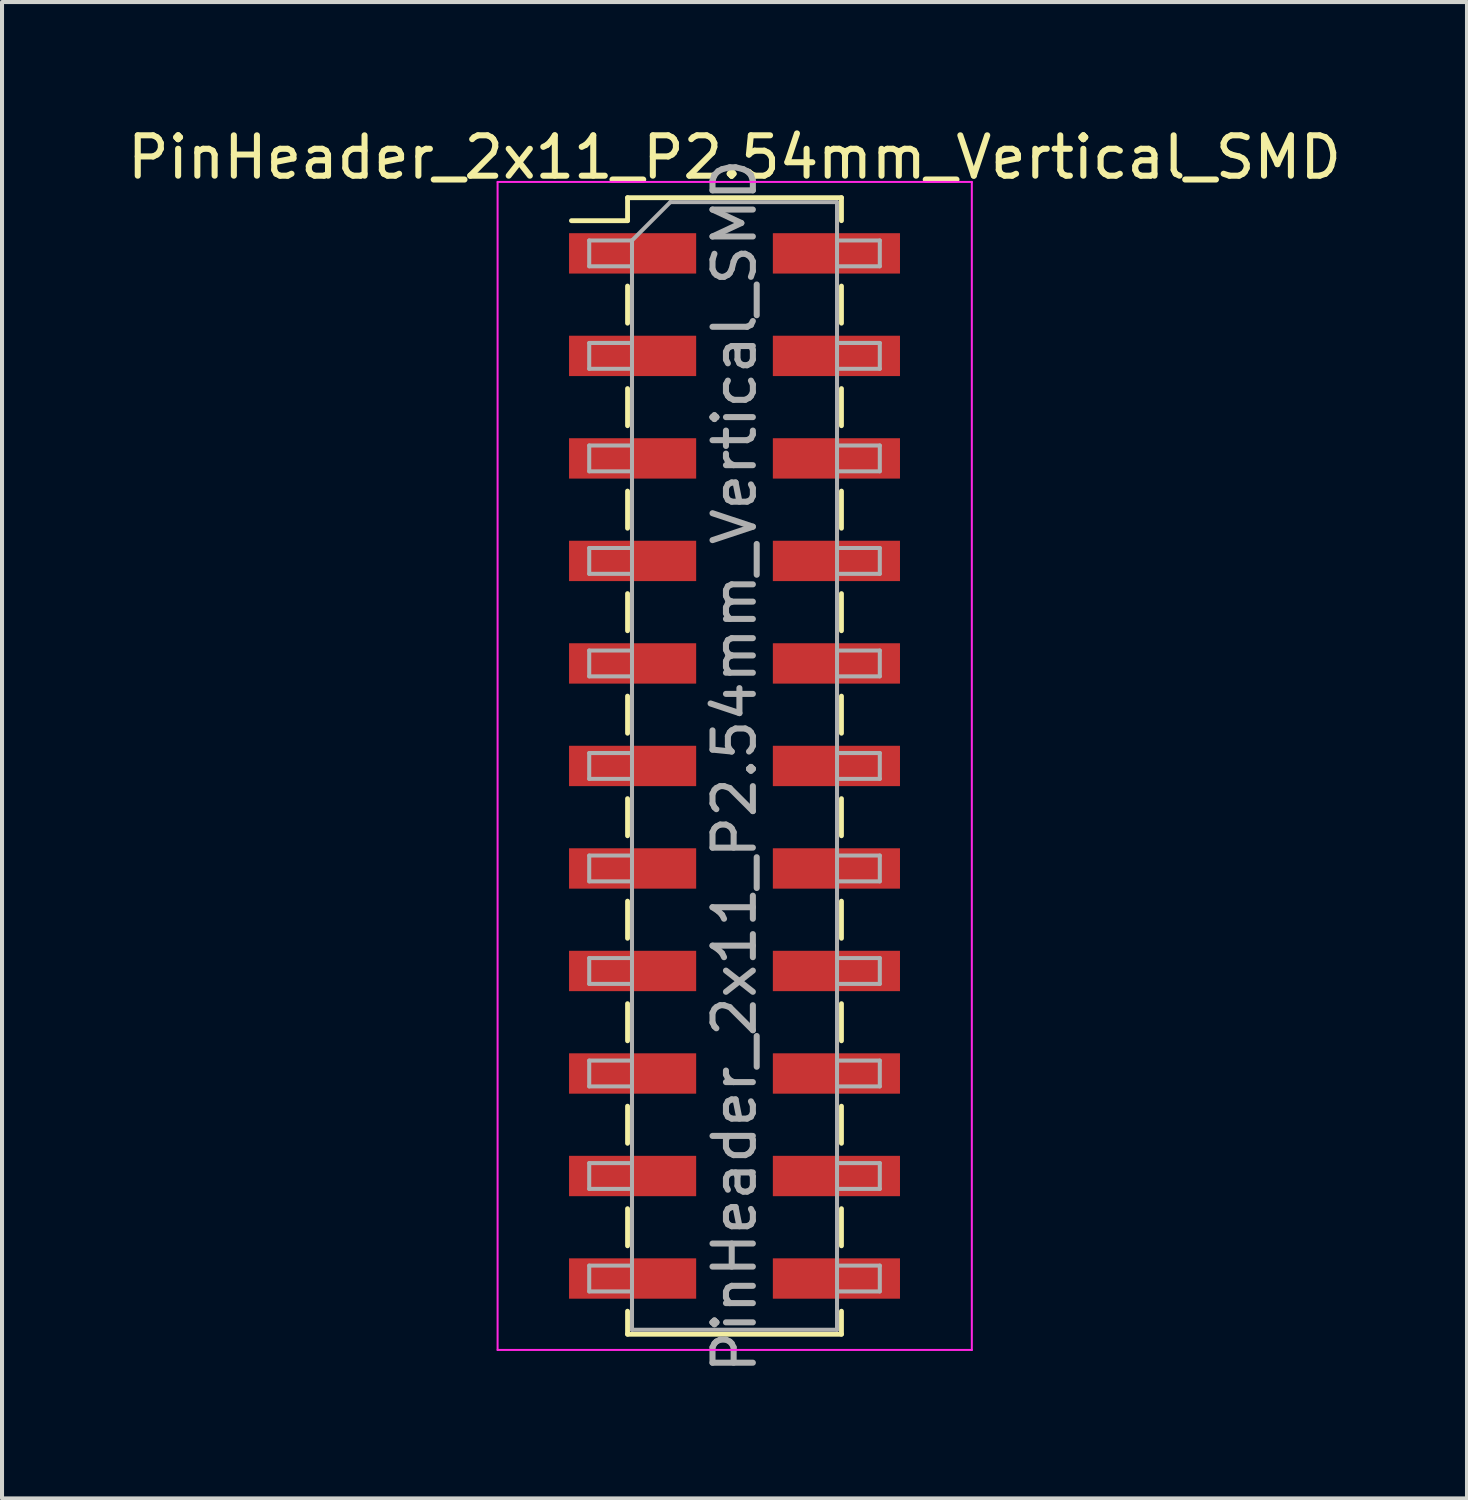
<source format=kicad_pcb>
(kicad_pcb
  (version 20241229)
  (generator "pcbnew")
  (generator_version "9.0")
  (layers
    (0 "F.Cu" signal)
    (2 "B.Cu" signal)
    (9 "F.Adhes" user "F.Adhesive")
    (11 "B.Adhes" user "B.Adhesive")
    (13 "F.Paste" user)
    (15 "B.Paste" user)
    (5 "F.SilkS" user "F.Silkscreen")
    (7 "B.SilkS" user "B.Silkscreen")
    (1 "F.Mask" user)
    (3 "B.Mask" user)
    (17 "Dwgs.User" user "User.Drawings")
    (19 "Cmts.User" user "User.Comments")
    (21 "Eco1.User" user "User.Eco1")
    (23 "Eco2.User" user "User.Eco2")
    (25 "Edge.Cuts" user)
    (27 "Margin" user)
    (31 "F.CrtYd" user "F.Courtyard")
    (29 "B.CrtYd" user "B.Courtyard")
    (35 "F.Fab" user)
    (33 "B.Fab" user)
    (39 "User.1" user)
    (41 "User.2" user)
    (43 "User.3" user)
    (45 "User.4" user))
  (footprint "PinHeader_2x11_P2.54mm_Vertical_SMD"
    (layer "F.Cu")
    (at 15.149 15.928)
    (property "Reference" "PinHeader_2x11_P2.54mm_Vertical_SMD" (at 0 -15.08 0) (layer "F.SilkS") (effects (font (size 1 1) (thickness 0.15))))
    (attr smd)
    (fp_line (start -4.04 -13.51) (end -2.65 -13.51) (stroke (width 0.12) (type solid)) (layer "F.SilkS"))
    (fp_line (start -2.65 -14.08) (end -2.65 -13.51) (stroke (width 0.12) (type solid)) (layer "F.SilkS"))
    (fp_line (start -2.65 -14.08) (end 2.65 -14.08) (stroke (width 0.12) (type solid)) (layer "F.SilkS"))
    (fp_line (start -2.65 -11.89) (end -2.65 -10.97) (stroke (width 0.12) (type solid)) (layer "F.SilkS"))
    (fp_line (start -2.65 -9.35) (end -2.65 -8.43) (stroke (width 0.12) (type solid)) (layer "F.SilkS"))
    (fp_line (start -2.65 -6.81) (end -2.65 -5.89) (stroke (width 0.12) (type solid)) (layer "F.SilkS"))
    (fp_line (start -2.65 -4.27) (end -2.65 -3.35) (stroke (width 0.12) (type solid)) (layer "F.SilkS"))
    (fp_line (start -2.65 -1.73) (end -2.65 -0.81) (stroke (width 0.12) (type solid)) (layer "F.SilkS"))
    (fp_line (start -2.65 0.81) (end -2.65 1.73) (stroke (width 0.12) (type solid)) (layer "F.SilkS"))
    (fp_line (start -2.65 3.35) (end -2.65 4.27) (stroke (width 0.12) (type solid)) (layer "F.SilkS"))
    (fp_line (start -2.65 5.89) (end -2.65 6.81) (stroke (width 0.12) (type solid)) (layer "F.SilkS"))
    (fp_line (start -2.65 8.43) (end -2.65 9.35) (stroke (width 0.12) (type solid)) (layer "F.SilkS"))
    (fp_line (start -2.65 10.97) (end -2.65 11.89) (stroke (width 0.12) (type solid)) (layer "F.SilkS"))
    (fp_line (start -2.65 13.51) (end -2.65 14.08) (stroke (width 0.12) (type solid)) (layer "F.SilkS"))
    (fp_line (start -2.65 14.08) (end 2.65 14.08) (stroke (width 0.12) (type solid)) (layer "F.SilkS"))
    (fp_line (start 2.65 -14.08) (end 2.65 -13.51) (stroke (width 0.12) (type solid)) (layer "F.SilkS"))
    (fp_line (start 2.65 -11.89) (end 2.65 -10.97) (stroke (width 0.12) (type solid)) (layer "F.SilkS"))
    (fp_line (start 2.65 -9.35) (end 2.65 -8.43) (stroke (width 0.12) (type solid)) (layer "F.SilkS"))
    (fp_line (start 2.65 -6.81) (end 2.65 -5.89) (stroke (width 0.12) (type solid)) (layer "F.SilkS"))
    (fp_line (start 2.65 -4.27) (end 2.65 -3.35) (stroke (width 0.12) (type solid)) (layer "F.SilkS"))
    (fp_line (start 2.65 -1.73) (end 2.65 -0.81) (stroke (width 0.12) (type solid)) (layer "F.SilkS"))
    (fp_line (start 2.65 0.81) (end 2.65 1.73) (stroke (width 0.12) (type solid)) (layer "F.SilkS"))
    (fp_line (start 2.65 3.35) (end 2.65 4.27) (stroke (width 0.12) (type solid)) (layer "F.SilkS"))
    (fp_line (start 2.65 5.89) (end 2.65 6.81) (stroke (width 0.12) (type solid)) (layer "F.SilkS"))
    (fp_line (start 2.65 8.43) (end 2.65 9.35) (stroke (width 0.12) (type solid)) (layer "F.SilkS"))
    (fp_line (start 2.65 10.97) (end 2.65 11.89) (stroke (width 0.12) (type solid)) (layer "F.SilkS"))
    (fp_line (start 2.65 13.51) (end 2.65 14.08) (stroke (width 0.12) (type solid)) (layer "F.SilkS"))
    (fp_line (start -5.87 -14.47) (end -5.87 14.47) (stroke (width 0.05) (type solid)) (layer "F.CrtYd"))
    (fp_line (start -5.87 14.47) (end 5.88 14.47) (stroke (width 0.05) (type solid)) (layer "F.CrtYd"))
    (fp_line (start 5.88 -14.47) (end -5.87 -14.47) (stroke (width 0.05) (type solid)) (layer "F.CrtYd"))
    (fp_line (start 5.88 14.47) (end 5.88 -14.47) (stroke (width 0.05) (type solid)) (layer "F.CrtYd"))
    (fp_line (start -3.6 -13.02) (end -3.6 -12.38) (stroke (width 0.1) (type solid)) (layer "F.Fab"))
    (fp_line (start -3.6 -12.38) (end -2.54 -12.38) (stroke (width 0.1) (type solid)) (layer "F.Fab"))
    (fp_line (start -3.6 -10.48) (end -3.6 -9.84) (stroke (width 0.1) (type solid)) (layer "F.Fab"))
    (fp_line (start -3.6 -9.84) (end -2.54 -9.84) (stroke (width 0.1) (type solid)) (layer "F.Fab"))
    (fp_line (start -3.6 -7.94) (end -3.6 -7.3) (stroke (width 0.1) (type solid)) (layer "F.Fab"))
    (fp_line (start -3.6 -7.3) (end -2.54 -7.3) (stroke (width 0.1) (type solid)) (layer "F.Fab"))
    (fp_line (start -3.6 -5.4) (end -3.6 -4.76) (stroke (width 0.1) (type solid)) (layer "F.Fab"))
    (fp_line (start -3.6 -4.76) (end -2.54 -4.76) (stroke (width 0.1) (type solid)) (layer "F.Fab"))
    (fp_line (start -3.6 -2.86) (end -3.6 -2.22) (stroke (width 0.1) (type solid)) (layer "F.Fab"))
    (fp_line (start -3.6 -2.22) (end -2.54 -2.22) (stroke (width 0.1) (type solid)) (layer "F.Fab"))
    (fp_line (start -3.6 -0.32) (end -3.6 0.32) (stroke (width 0.1) (type solid)) (layer "F.Fab"))
    (fp_line (start -3.6 0.32) (end -2.54 0.32) (stroke (width 0.1) (type solid)) (layer "F.Fab"))
    (fp_line (start -3.6 2.22) (end -3.6 2.86) (stroke (width 0.1) (type solid)) (layer "F.Fab"))
    (fp_line (start -3.6 2.86) (end -2.54 2.86) (stroke (width 0.1) (type solid)) (layer "F.Fab"))
    (fp_line (start -3.6 4.76) (end -3.6 5.4) (stroke (width 0.1) (type solid)) (layer "F.Fab"))
    (fp_line (start -3.6 5.4) (end -2.54 5.4) (stroke (width 0.1) (type solid)) (layer "F.Fab"))
    (fp_line (start -3.6 7.3) (end -3.6 7.94) (stroke (width 0.1) (type solid)) (layer "F.Fab"))
    (fp_line (start -3.6 7.94) (end -2.54 7.94) (stroke (width 0.1) (type solid)) (layer "F.Fab"))
    (fp_line (start -3.6 9.84) (end -3.6 10.48) (stroke (width 0.1) (type solid)) (layer "F.Fab"))
    (fp_line (start -3.6 10.48) (end -2.54 10.48) (stroke (width 0.1) (type solid)) (layer "F.Fab"))
    (fp_line (start -3.6 12.38) (end -3.6 13.02) (stroke (width 0.1) (type solid)) (layer "F.Fab"))
    (fp_line (start -3.6 13.02) (end -2.54 13.02) (stroke (width 0.1) (type solid)) (layer "F.Fab"))
    (fp_line (start -2.54 -13.02) (end -3.6 -13.02) (stroke (width 0.1) (type solid)) (layer "F.Fab"))
    (fp_line (start -2.54 -13.02) (end -1.59 -13.97) (stroke (width 0.1) (type solid)) (layer "F.Fab"))
    (fp_line (start -2.54 -10.48) (end -3.6 -10.48) (stroke (width 0.1) (type solid)) (layer "F.Fab"))
    (fp_line (start -2.54 -7.94) (end -3.6 -7.94) (stroke (width 0.1) (type solid)) (layer "F.Fab"))
    (fp_line (start -2.54 -5.4) (end -3.6 -5.4) (stroke (width 0.1) (type solid)) (layer "F.Fab"))
    (fp_line (start -2.54 -2.86) (end -3.6 -2.86) (stroke (width 0.1) (type solid)) (layer "F.Fab"))
    (fp_line (start -2.54 -0.32) (end -3.6 -0.32) (stroke (width 0.1) (type solid)) (layer "F.Fab"))
    (fp_line (start -2.54 2.22) (end -3.6 2.22) (stroke (width 0.1) (type solid)) (layer "F.Fab"))
    (fp_line (start -2.54 4.76) (end -3.6 4.76) (stroke (width 0.1) (type solid)) (layer "F.Fab"))
    (fp_line (start -2.54 7.3) (end -3.6 7.3) (stroke (width 0.1) (type solid)) (layer "F.Fab"))
    (fp_line (start -2.54 9.84) (end -3.6 9.84) (stroke (width 0.1) (type solid)) (layer "F.Fab"))
    (fp_line (start -2.54 12.38) (end -3.6 12.38) (stroke (width 0.1) (type solid)) (layer "F.Fab"))
    (fp_line (start -2.54 13.97) (end -2.54 -13.02) (stroke (width 0.1) (type solid)) (layer "F.Fab"))
    (fp_line (start -1.59 -13.97) (end 2.54 -13.97) (stroke (width 0.1) (type solid)) (layer "F.Fab"))
    (fp_line (start 2.54 -13.97) (end 2.54 13.97) (stroke (width 0.1) (type solid)) (layer "F.Fab"))
    (fp_line (start 2.54 -13.02) (end 3.6 -13.02) (stroke (width 0.1) (type solid)) (layer "F.Fab"))
    (fp_line (start 2.54 -10.48) (end 3.6 -10.48) (stroke (width 0.1) (type solid)) (layer "F.Fab"))
    (fp_line (start 2.54 -7.94) (end 3.6 -7.94) (stroke (width 0.1) (type solid)) (layer "F.Fab"))
    (fp_line (start 2.54 -5.4) (end 3.6 -5.4) (stroke (width 0.1) (type solid)) (layer "F.Fab"))
    (fp_line (start 2.54 -2.86) (end 3.6 -2.86) (stroke (width 0.1) (type solid)) (layer "F.Fab"))
    (fp_line (start 2.54 -0.32) (end 3.6 -0.32) (stroke (width 0.1) (type solid)) (layer "F.Fab"))
    (fp_line (start 2.54 2.22) (end 3.6 2.22) (stroke (width 0.1) (type solid)) (layer "F.Fab"))
    (fp_line (start 2.54 4.76) (end 3.6 4.76) (stroke (width 0.1) (type solid)) (layer "F.Fab"))
    (fp_line (start 2.54 7.3) (end 3.6 7.3) (stroke (width 0.1) (type solid)) (layer "F.Fab"))
    (fp_line (start 2.54 9.84) (end 3.6 9.84) (stroke (width 0.1) (type solid)) (layer "F.Fab"))
    (fp_line (start 2.54 12.38) (end 3.6 12.38) (stroke (width 0.1) (type solid)) (layer "F.Fab"))
    (fp_line (start 2.54 13.97) (end -2.54 13.97) (stroke (width 0.1) (type solid)) (layer "F.Fab"))
    (fp_line (start 3.6 -13.02) (end 3.6 -12.38) (stroke (width 0.1) (type solid)) (layer "F.Fab"))
    (fp_line (start 3.6 -12.38) (end 2.54 -12.38) (stroke (width 0.1) (type solid)) (layer "F.Fab"))
    (fp_line (start 3.6 -10.48) (end 3.6 -9.84) (stroke (width 0.1) (type solid)) (layer "F.Fab"))
    (fp_line (start 3.6 -9.84) (end 2.54 -9.84) (stroke (width 0.1) (type solid)) (layer "F.Fab"))
    (fp_line (start 3.6 -7.94) (end 3.6 -7.3) (stroke (width 0.1) (type solid)) (layer "F.Fab"))
    (fp_line (start 3.6 -7.3) (end 2.54 -7.3) (stroke (width 0.1) (type solid)) (layer "F.Fab"))
    (fp_line (start 3.6 -5.4) (end 3.6 -4.76) (stroke (width 0.1) (type solid)) (layer "F.Fab"))
    (fp_line (start 3.6 -4.76) (end 2.54 -4.76) (stroke (width 0.1) (type solid)) (layer "F.Fab"))
    (fp_line (start 3.6 -2.86) (end 3.6 -2.22) (stroke (width 0.1) (type solid)) (layer "F.Fab"))
    (fp_line (start 3.6 -2.22) (end 2.54 -2.22) (stroke (width 0.1) (type solid)) (layer "F.Fab"))
    (fp_line (start 3.6 -0.32) (end 3.6 0.32) (stroke (width 0.1) (type solid)) (layer "F.Fab"))
    (fp_line (start 3.6 0.32) (end 2.54 0.32) (stroke (width 0.1) (type solid)) (layer "F.Fab"))
    (fp_line (start 3.6 2.22) (end 3.6 2.86) (stroke (width 0.1) (type solid)) (layer "F.Fab"))
    (fp_line (start 3.6 2.86) (end 2.54 2.86) (stroke (width 0.1) (type solid)) (layer "F.Fab"))
    (fp_line (start 3.6 4.76) (end 3.6 5.4) (stroke (width 0.1) (type solid)) (layer "F.Fab"))
    (fp_line (start 3.6 5.4) (end 2.54 5.4) (stroke (width 0.1) (type solid)) (layer "F.Fab"))
    (fp_line (start 3.6 7.3) (end 3.6 7.94) (stroke (width 0.1) (type solid)) (layer "F.Fab"))
    (fp_line (start 3.6 7.94) (end 2.54 7.94) (stroke (width 0.1) (type solid)) (layer "F.Fab"))
    (fp_line (start 3.6 9.84) (end 3.6 10.48) (stroke (width 0.1) (type solid)) (layer "F.Fab"))
    (fp_line (start 3.6 10.48) (end 2.54 10.48) (stroke (width 0.1) (type solid)) (layer "F.Fab"))
    (fp_line (start 3.6 12.38) (end 3.6 13.02) (stroke (width 0.1) (type solid)) (layer "F.Fab"))
    (fp_line (start 3.6 13.02) (end 2.54 13.02) (stroke (width 0.1) (type solid)) (layer "F.Fab"))
    (fp_text user "${REFERENCE}" (at 0 0 90) (layer "F.Fab") (effects (font (size 1 1) (thickness 0.15))))
    (pad "1" smd rect (at -2.525 -12.7) (size 3.15 1) (layers "F.Cu" "F.Mask" "F.Paste"))
    (pad "2" smd rect (at 2.525 -12.7) (size 3.15 1) (layers "F.Cu" "F.Mask" "F.Paste"))
    (pad "3" smd rect (at -2.525 -10.16) (size 3.15 1) (layers "F.Cu" "F.Mask" "F.Paste"))
    (pad "4" smd rect (at 2.525 -10.16) (size 3.15 1) (layers "F.Cu" "F.Mask" "F.Paste"))
    (pad "5" smd rect (at -2.525 -7.62) (size 3.15 1) (layers "F.Cu" "F.Mask" "F.Paste"))
    (pad "6" smd rect (at 2.525 -7.62) (size 3.15 1) (layers "F.Cu" "F.Mask" "F.Paste"))
    (pad "7" smd rect (at -2.525 -5.08) (size 3.15 1) (layers "F.Cu" "F.Mask" "F.Paste"))
    (pad "8" smd rect (at 2.525 -5.08) (size 3.15 1) (layers "F.Cu" "F.Mask" "F.Paste"))
    (pad "9" smd rect (at -2.525 -2.54) (size 3.15 1) (layers "F.Cu" "F.Mask" "F.Paste"))
    (pad "10" smd rect (at 2.525 -2.54) (size 3.15 1) (layers "F.Cu" "F.Mask" "F.Paste"))
    (pad "11" smd rect (at -2.525 0) (size 3.15 1) (layers "F.Cu" "F.Mask" "F.Paste"))
    (pad "12" smd rect (at 2.525 0) (size 3.15 1) (layers "F.Cu" "F.Mask" "F.Paste"))
    (pad "13" smd rect (at -2.525 2.54) (size 3.15 1) (layers "F.Cu" "F.Mask" "F.Paste"))
    (pad "14" smd rect (at 2.525 2.54) (size 3.15 1) (layers "F.Cu" "F.Mask" "F.Paste"))
    (pad "15" smd rect (at -2.525 5.08) (size 3.15 1) (layers "F.Cu" "F.Mask" "F.Paste"))
    (pad "16" smd rect (at 2.525 5.08) (size 3.15 1) (layers "F.Cu" "F.Mask" "F.Paste"))
    (pad "17" smd rect (at -2.525 7.62) (size 3.15 1) (layers "F.Cu" "F.Mask" "F.Paste"))
    (pad "18" smd rect (at 2.525 7.62) (size 3.15 1) (layers "F.Cu" "F.Mask" "F.Paste"))
    (pad "19" smd rect (at -2.525 10.16) (size 3.15 1) (layers "F.Cu" "F.Mask" "F.Paste"))
    (pad "20" smd rect (at 2.525 10.16) (size 3.15 1) (layers "F.Cu" "F.Mask" "F.Paste"))
    (pad "21" smd rect (at -2.525 12.7) (size 3.15 1) (layers "F.Cu" "F.Mask" "F.Paste"))
    (pad "22" smd rect (at 2.525 12.7) (size 3.15 1) (layers "F.Cu" "F.Mask" "F.Paste")))
  (gr_rect
    (start -3 -3)
    (end 33.298 34.077)
    (stroke (width 0.1) (type default))
    (fill no)
    (layer "Edge.Cuts")))
</source>
